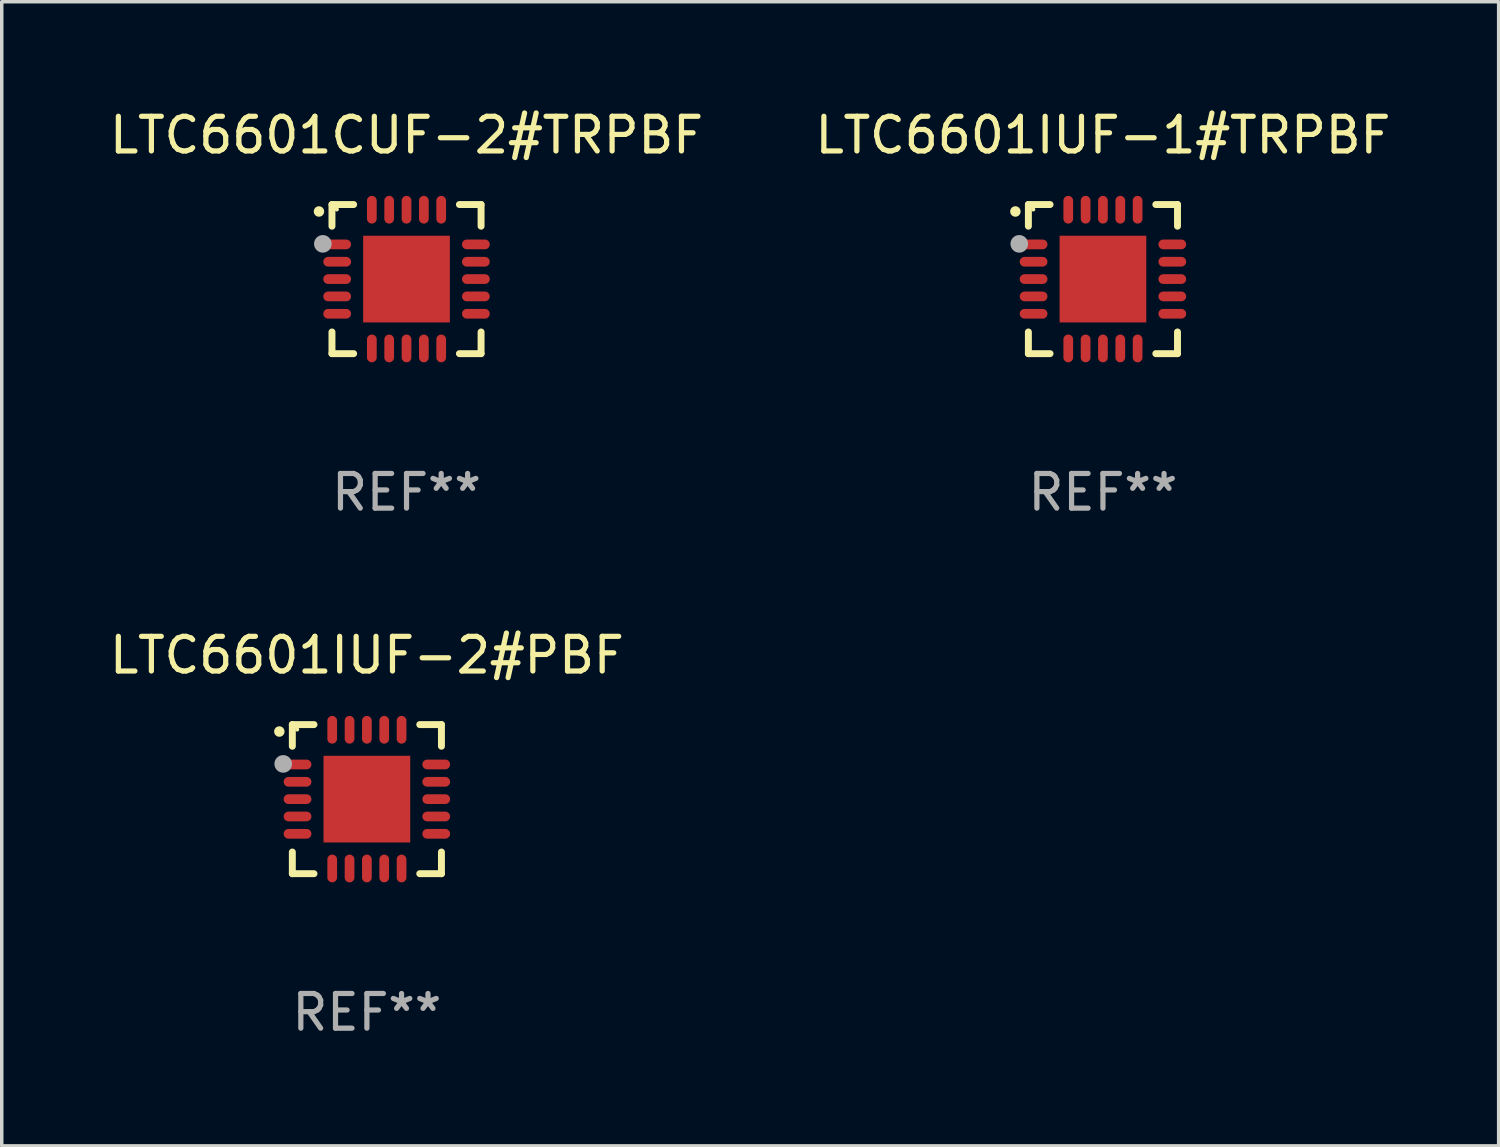
<source format=kicad_pcb>
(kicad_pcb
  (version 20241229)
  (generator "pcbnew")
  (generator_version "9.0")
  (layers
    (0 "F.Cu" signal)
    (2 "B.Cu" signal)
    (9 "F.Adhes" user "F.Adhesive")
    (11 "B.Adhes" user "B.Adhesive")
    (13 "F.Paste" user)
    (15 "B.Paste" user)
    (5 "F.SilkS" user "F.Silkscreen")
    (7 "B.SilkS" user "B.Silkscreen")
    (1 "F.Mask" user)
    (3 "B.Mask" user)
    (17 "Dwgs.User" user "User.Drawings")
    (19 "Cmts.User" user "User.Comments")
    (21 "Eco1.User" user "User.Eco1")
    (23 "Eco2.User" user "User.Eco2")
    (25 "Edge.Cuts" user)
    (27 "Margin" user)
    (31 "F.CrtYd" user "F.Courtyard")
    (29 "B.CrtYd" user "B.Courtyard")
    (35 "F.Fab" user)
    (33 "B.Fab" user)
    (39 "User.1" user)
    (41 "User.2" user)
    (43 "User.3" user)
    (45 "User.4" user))
  (footprint "LTC6601IUF-2#PBF"
    (layer "F.Cu")
    (at 7.53 19.995)
    (property "Reference" "LTC6601IUF-2#PBF" (at 0 -4.15 0) (layer "F.SilkS") (effects (font (size 1 1) (thickness 0.15))))
    (attr through_hole)
    (fp_line (start -2.15 -2.15) (end -1.525 -2.15) (stroke (width 0.2) (type solid)) (layer "F.SilkS"))
    (fp_line (start -2.15 -1.525) (end -2.15 -2.15) (stroke (width 0.2) (type solid)) (layer "F.SilkS"))
    (fp_line (start -2.15 1.525) (end -2.15 2.15) (stroke (width 0.2) (type solid)) (layer "F.SilkS"))
    (fp_line (start -2.15 2.15) (end -1.525 2.15) (stroke (width 0.2) (type solid)) (layer "F.SilkS"))
    (fp_line (start 1.525 2.15) (end 2.15 2.15) (stroke (width 0.2) (type solid)) (layer "F.SilkS"))
    (fp_line (start 2.15 -2.15) (end 1.525 -2.15) (stroke (width 0.2) (type solid)) (layer "F.SilkS"))
    (fp_line (start 2.15 -1.525) (end 2.15 -2.15) (stroke (width 0.2) (type solid)) (layer "F.SilkS"))
    (fp_line (start 2.15 2.15) (end 2.15 1.525) (stroke (width 0.2) (type solid)) (layer "F.SilkS"))
    (fp_arc (start -2.524765 -1.948184) (mid -2.52477 -1.949454) (end -2.524765 -1.950724) (stroke (width 0.3) (type solid)) (layer "F.SilkS"))
    (fp_circle (center -2.01 -2.009) (end -1.98 -2.009) (stroke (width 0.06) (type solid)) (fill no) (layer "F.SilkS"))
    (fp_circle (center -2.413 -1.016) (end -2.286 -1.016) (stroke (width 0.254) (type solid)) (fill no) (layer "F.Fab"))
    (fp_text user "REF**" (at 0 6.15 0) (layer "F.Fab") (effects (font (size 1 1) (thickness 0.15))))
    (pad "1" smd oval (at -2 -1 90) (size 0.28 0.8) (layers "F.Cu" "F.Mask" "F.Paste"))
    (pad "2" smd oval (at -2 -0.5 90) (size 0.28 0.8) (layers "F.Cu" "F.Mask" "F.Paste"))
    (pad "3" smd oval (at -2 0.000076 90) (size 0.28 0.8) (layers "F.Cu" "F.Mask" "F.Paste"))
    (pad "4" smd oval (at -2 0.5 90) (size 0.28 0.8) (layers "F.Cu" "F.Mask" "F.Paste"))
    (pad "5" smd oval (at -2 1 90) (size 0.28 0.8) (layers "F.Cu" "F.Mask" "F.Paste"))
    (pad "6" smd oval (at -1 2) (size 0.28 0.8) (layers "F.Cu" "F.Mask" "F.Paste"))
    (pad "7" smd oval (at -0.5 2) (size 0.28 0.8) (layers "F.Cu" "F.Mask" "F.Paste"))
    (pad "8" smd oval (at -0.000076 2) (size 0.28 0.8) (layers "F.Cu" "F.Mask" "F.Paste"))
    (pad "9" smd oval (at 0.5 2) (size 0.28 0.8) (layers "F.Cu" "F.Mask" "F.Paste"))
    (pad "10" smd oval (at 1 2) (size 0.28 0.8) (layers "F.Cu" "F.Mask" "F.Paste"))
    (pad "11" smd oval (at 2 1 90) (size 0.28 0.8) (layers "F.Cu" "F.Mask" "F.Paste"))
    (pad "12" smd oval (at 2 0.5 90) (size 0.28 0.8) (layers "F.Cu" "F.Mask" "F.Paste"))
    (pad "13" smd oval (at 2 0.000076 90) (size 0.28 0.8) (layers "F.Cu" "F.Mask" "F.Paste"))
    (pad "14" smd oval (at 2 -0.5 90) (size 0.28 0.8) (layers "F.Cu" "F.Mask" "F.Paste"))
    (pad "15" smd oval (at 2 -1 90) (size 0.28 0.8) (layers "F.Cu" "F.Mask" "F.Paste"))
    (pad "16" smd oval (at 1 -2) (size 0.28 0.8) (layers "F.Cu" "F.Mask" "F.Paste"))
    (pad "17" smd oval (at 0.5 -2) (size 0.28 0.8) (layers "F.Cu" "F.Mask" "F.Paste"))
    (pad "18" smd oval (at -0.000076 -2) (size 0.28 0.8) (layers "F.Cu" "F.Mask" "F.Paste"))
    (pad "19" smd oval (at -0.5 -2) (size 0.28 0.8) (layers "F.Cu" "F.Mask" "F.Paste"))
    (pad "20" smd oval (at -1 -2) (size 0.28 0.8) (layers "F.Cu" "F.Mask" "F.Paste"))
    (pad "21" smd rect (at -0.000076 0.000076) (size 2.5 2.5) (layers "F.Cu" "F.Mask" "F.Paste")))
  (footprint "LTC6601CUF-2#TRPBF"
    (layer "F.Cu")
    (at 8.673 4.998)
    (property "Reference" "LTC6601CUF-2#TRPBF" (at 0 -4.15 0) (layer "F.SilkS") (effects (font (size 1 1) (thickness 0.15))))
    (attr through_hole)
    (fp_line (start -2.15 -2.15) (end -1.525 -2.15) (stroke (width 0.2) (type solid)) (layer "F.SilkS"))
    (fp_line (start -2.15 -1.525) (end -2.15 -2.15) (stroke (width 0.2) (type solid)) (layer "F.SilkS"))
    (fp_line (start -2.15 1.525) (end -2.15 2.15) (stroke (width 0.2) (type solid)) (layer "F.SilkS"))
    (fp_line (start -2.15 2.15) (end -1.525 2.15) (stroke (width 0.2) (type solid)) (layer "F.SilkS"))
    (fp_line (start 1.525 2.15) (end 2.15 2.15) (stroke (width 0.2) (type solid)) (layer "F.SilkS"))
    (fp_line (start 2.15 -2.15) (end 1.525 -2.15) (stroke (width 0.2) (type solid)) (layer "F.SilkS"))
    (fp_line (start 2.15 -1.525) (end 2.15 -2.15) (stroke (width 0.2) (type solid)) (layer "F.SilkS"))
    (fp_line (start 2.15 2.15) (end 2.15 1.525) (stroke (width 0.2) (type solid)) (layer "F.SilkS"))
    (fp_arc (start -2.524765 -1.948184) (mid -2.52477 -1.949454) (end -2.524765 -1.950724) (stroke (width 0.3) (type solid)) (layer "F.SilkS"))
    (fp_circle (center -2.01 -2.009) (end -1.98 -2.009) (stroke (width 0.06) (type solid)) (fill no) (layer "F.SilkS"))
    (fp_circle (center -2.413 -1.016) (end -2.286 -1.016) (stroke (width 0.254) (type solid)) (fill no) (layer "F.Fab"))
    (fp_text user "REF**" (at 0 6.15 0) (layer "F.Fab") (effects (font (size 1 1) (thickness 0.15))))
    (pad "1" smd oval (at -2 -1 90) (size 0.28 0.8) (layers "F.Cu" "F.Mask" "F.Paste"))
    (pad "2" smd oval (at -2 -0.5 90) (size 0.28 0.8) (layers "F.Cu" "F.Mask" "F.Paste"))
    (pad "3" smd oval (at -2 0.000076 90) (size 0.28 0.8) (layers "F.Cu" "F.Mask" "F.Paste"))
    (pad "4" smd oval (at -2 0.5 90) (size 0.28 0.8) (layers "F.Cu" "F.Mask" "F.Paste"))
    (pad "5" smd oval (at -2 1 90) (size 0.28 0.8) (layers "F.Cu" "F.Mask" "F.Paste"))
    (pad "6" smd oval (at -1 2) (size 0.28 0.8) (layers "F.Cu" "F.Mask" "F.Paste"))
    (pad "7" smd oval (at -0.5 2) (size 0.28 0.8) (layers "F.Cu" "F.Mask" "F.Paste"))
    (pad "8" smd oval (at -0.000076 2) (size 0.28 0.8) (layers "F.Cu" "F.Mask" "F.Paste"))
    (pad "9" smd oval (at 0.5 2) (size 0.28 0.8) (layers "F.Cu" "F.Mask" "F.Paste"))
    (pad "10" smd oval (at 1 2) (size 0.28 0.8) (layers "F.Cu" "F.Mask" "F.Paste"))
    (pad "11" smd oval (at 2 1 90) (size 0.28 0.8) (layers "F.Cu" "F.Mask" "F.Paste"))
    (pad "12" smd oval (at 2 0.5 90) (size 0.28 0.8) (layers "F.Cu" "F.Mask" "F.Paste"))
    (pad "13" smd oval (at 2 0.000076 90) (size 0.28 0.8) (layers "F.Cu" "F.Mask" "F.Paste"))
    (pad "14" smd oval (at 2 -0.5 90) (size 0.28 0.8) (layers "F.Cu" "F.Mask" "F.Paste"))
    (pad "15" smd oval (at 2 -1 90) (size 0.28 0.8) (layers "F.Cu" "F.Mask" "F.Paste"))
    (pad "16" smd oval (at 1 -2) (size 0.28 0.8) (layers "F.Cu" "F.Mask" "F.Paste"))
    (pad "17" smd oval (at 0.5 -2) (size 0.28 0.8) (layers "F.Cu" "F.Mask" "F.Paste"))
    (pad "18" smd oval (at -0.000076 -2) (size 0.28 0.8) (layers "F.Cu" "F.Mask" "F.Paste"))
    (pad "19" smd oval (at -0.5 -2) (size 0.28 0.8) (layers "F.Cu" "F.Mask" "F.Paste"))
    (pad "20" smd oval (at -1 -2) (size 0.28 0.8) (layers "F.Cu" "F.Mask" "F.Paste"))
    (pad "21" smd rect (at -0.000076 0.000076) (size 2.5 2.5) (layers "F.Cu" "F.Mask" "F.Paste")))
  (footprint "LTC6601IUF-1#TRPBF"
    (layer "F.Cu")
    (at 28.756 4.998)
    (property "Reference" "LTC6601IUF-1#TRPBF" (at 0 -4.15 0) (layer "F.SilkS") (effects (font (size 1 1) (thickness 0.15))))
    (attr through_hole)
    (fp_line (start -2.15 -2.15) (end -1.525 -2.15) (stroke (width 0.2) (type solid)) (layer "F.SilkS"))
    (fp_line (start -2.15 -1.525) (end -2.15 -2.15) (stroke (width 0.2) (type solid)) (layer "F.SilkS"))
    (fp_line (start -2.15 1.525) (end -2.15 2.15) (stroke (width 0.2) (type solid)) (layer "F.SilkS"))
    (fp_line (start -2.15 2.15) (end -1.525 2.15) (stroke (width 0.2) (type solid)) (layer "F.SilkS"))
    (fp_line (start 1.525 2.15) (end 2.15 2.15) (stroke (width 0.2) (type solid)) (layer "F.SilkS"))
    (fp_line (start 2.15 -2.15) (end 1.525 -2.15) (stroke (width 0.2) (type solid)) (layer "F.SilkS"))
    (fp_line (start 2.15 -1.525) (end 2.15 -2.15) (stroke (width 0.2) (type solid)) (layer "F.SilkS"))
    (fp_line (start 2.15 2.15) (end 2.15 1.525) (stroke (width 0.2) (type solid)) (layer "F.SilkS"))
    (fp_arc (start -2.524765 -1.948184) (mid -2.52477 -1.949454) (end -2.524765 -1.950724) (stroke (width 0.3) (type solid)) (layer "F.SilkS"))
    (fp_circle (center -2.01 -2.009) (end -1.98 -2.009) (stroke (width 0.06) (type solid)) (fill no) (layer "F.SilkS"))
    (fp_circle (center -2.413 -1.016) (end -2.286 -1.016) (stroke (width 0.254) (type solid)) (fill no) (layer "F.Fab"))
    (fp_text user "REF**" (at 0 6.15 0) (layer "F.Fab") (effects (font (size 1 1) (thickness 0.15))))
    (pad "1" smd oval (at -2 -1 90) (size 0.28 0.8) (layers "F.Cu" "F.Mask" "F.Paste"))
    (pad "2" smd oval (at -2 -0.5 90) (size 0.28 0.8) (layers "F.Cu" "F.Mask" "F.Paste"))
    (pad "3" smd oval (at -2 0.000076 90) (size 0.28 0.8) (layers "F.Cu" "F.Mask" "F.Paste"))
    (pad "4" smd oval (at -2 0.5 90) (size 0.28 0.8) (layers "F.Cu" "F.Mask" "F.Paste"))
    (pad "5" smd oval (at -2 1 90) (size 0.28 0.8) (layers "F.Cu" "F.Mask" "F.Paste"))
    (pad "6" smd oval (at -1 2) (size 0.28 0.8) (layers "F.Cu" "F.Mask" "F.Paste"))
    (pad "7" smd oval (at -0.5 2) (size 0.28 0.8) (layers "F.Cu" "F.Mask" "F.Paste"))
    (pad "8" smd oval (at -0.000076 2) (size 0.28 0.8) (layers "F.Cu" "F.Mask" "F.Paste"))
    (pad "9" smd oval (at 0.5 2) (size 0.28 0.8) (layers "F.Cu" "F.Mask" "F.Paste"))
    (pad "10" smd oval (at 1 2) (size 0.28 0.8) (layers "F.Cu" "F.Mask" "F.Paste"))
    (pad "11" smd oval (at 2 1 90) (size 0.28 0.8) (layers "F.Cu" "F.Mask" "F.Paste"))
    (pad "12" smd oval (at 2 0.5 90) (size 0.28 0.8) (layers "F.Cu" "F.Mask" "F.Paste"))
    (pad "13" smd oval (at 2 0.000076 90) (size 0.28 0.8) (layers "F.Cu" "F.Mask" "F.Paste"))
    (pad "14" smd oval (at 2 -0.5 90) (size 0.28 0.8) (layers "F.Cu" "F.Mask" "F.Paste"))
    (pad "15" smd oval (at 2 -1 90) (size 0.28 0.8) (layers "F.Cu" "F.Mask" "F.Paste"))
    (pad "16" smd oval (at 1 -2) (size 0.28 0.8) (layers "F.Cu" "F.Mask" "F.Paste"))
    (pad "17" smd oval (at 0.5 -2) (size 0.28 0.8) (layers "F.Cu" "F.Mask" "F.Paste"))
    (pad "18" smd oval (at -0.000076 -2) (size 0.28 0.8) (layers "F.Cu" "F.Mask" "F.Paste"))
    (pad "19" smd oval (at -0.5 -2) (size 0.28 0.8) (layers "F.Cu" "F.Mask" "F.Paste"))
    (pad "20" smd oval (at -1 -2) (size 0.28 0.8) (layers "F.Cu" "F.Mask" "F.Paste"))
    (pad "21" smd rect (at -0.000076 0.000076) (size 2.5 2.5) (layers "F.Cu" "F.Mask" "F.Paste")))
  (gr_rect
    (start -3 -3)
    (end 40.167 29.993)
    (stroke (width 0.1) (type default))
    (fill no)
    (layer "Edge.Cuts")))
</source>
